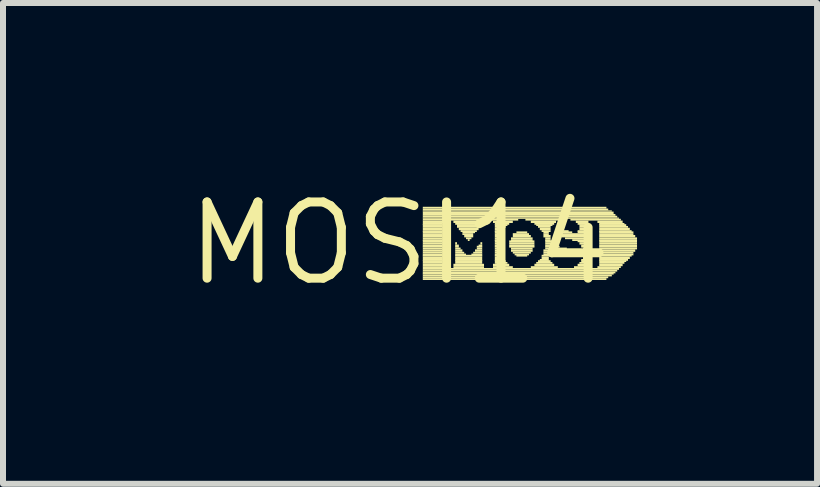
<source format=kicad_pcb>
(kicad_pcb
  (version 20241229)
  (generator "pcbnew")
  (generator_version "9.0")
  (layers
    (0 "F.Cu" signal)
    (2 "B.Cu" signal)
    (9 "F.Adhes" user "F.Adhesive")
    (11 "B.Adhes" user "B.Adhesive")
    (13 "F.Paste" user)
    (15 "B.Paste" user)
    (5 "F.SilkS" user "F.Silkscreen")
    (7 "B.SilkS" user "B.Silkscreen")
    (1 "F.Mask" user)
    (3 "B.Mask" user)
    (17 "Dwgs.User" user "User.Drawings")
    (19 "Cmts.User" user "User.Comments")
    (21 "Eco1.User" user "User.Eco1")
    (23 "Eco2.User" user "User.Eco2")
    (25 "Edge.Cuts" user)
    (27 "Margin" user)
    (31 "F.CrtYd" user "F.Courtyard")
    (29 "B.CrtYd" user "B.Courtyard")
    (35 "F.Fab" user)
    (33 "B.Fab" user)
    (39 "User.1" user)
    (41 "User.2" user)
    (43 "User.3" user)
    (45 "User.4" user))
  (footprint "MOSI14"
    (layer "F.Cu")
    (at 3.606 1.006)
    (property "Reference" "MOSI14" (at 0 0 0) (layer "F.SilkS") (effects (font (size 1.27 1.27) (thickness 0.15))))
    (fp_poly (pts (xy 0.39 -0.58) (xy 3.45 -0.58) (xy 3.45 -0.61) (xy 0.39 -0.61)) (stroke (width 0) (type default)) (fill yes) (layer "F.SilkS"))
    (fp_poly (pts (xy 0.39 -0.55) (xy 3.48 -0.55) (xy 3.48 -0.58) (xy 0.39 -0.58)) (stroke (width 0) (type default)) (fill yes) (layer "F.SilkS"))
    (fp_poly (pts (xy 0.39 -0.53) (xy 3.54 -0.53) (xy 3.54 -0.55) (xy 0.39 -0.55)) (stroke (width 0) (type default)) (fill yes) (layer "F.SilkS"))
    (fp_poly (pts (xy 0.39 -0.49) (xy 3.57 -0.49) (xy 3.57 -0.53) (xy 0.39 -0.53)) (stroke (width 0) (type default)) (fill yes) (layer "F.SilkS"))
    (fp_poly (pts (xy 0.39 -0.46) (xy 3.6 -0.46) (xy 3.6 -0.49) (xy 0.39 -0.49)) (stroke (width 0) (type default)) (fill yes) (layer "F.SilkS"))
    (fp_poly (pts (xy 0.39 -0.43) (xy 3.63 -0.43) (xy 3.63 -0.46) (xy 0.39 -0.46)) (stroke (width 0) (type default)) (fill yes) (layer "F.SilkS"))
    (fp_poly (pts (xy 0.39 -0.41) (xy 3.66 -0.41) (xy 3.66 -0.43) (xy 0.39 -0.43)) (stroke (width 0) (type default)) (fill yes) (layer "F.SilkS"))
    (fp_poly (pts (xy 0.39 -0.38) (xy 1.98 -0.38) (xy 1.98 -0.41) (xy 0.39 -0.41)) (stroke (width 0) (type default)) (fill yes) (layer "F.SilkS"))
    (fp_poly (pts (xy 0.39 -0.34) (xy 0.75 -0.34) (xy 0.75 -0.38) (xy 0.39 -0.38)) (stroke (width 0) (type default)) (fill yes) (layer "F.SilkS"))
    (fp_poly (pts (xy 0.39 -0.31) (xy 0.72 -0.31) (xy 0.72 -0.34) (xy 0.39 -0.34)) (stroke (width 0) (type default)) (fill yes) (layer "F.SilkS"))
    (fp_poly (pts (xy 0.39 -0.29) (xy 0.72 -0.29) (xy 0.72 -0.32) (xy 0.39 -0.32)) (stroke (width 0) (type default)) (fill yes) (layer "F.SilkS"))
    (fp_poly (pts (xy 0.39 -0.26) (xy 0.72 -0.26) (xy 0.72 -0.29) (xy 0.39 -0.29)) (stroke (width 0) (type default)) (fill yes) (layer "F.SilkS"))
    (fp_poly (pts (xy 0.39 -0.22) (xy 0.72 -0.22) (xy 0.72 -0.26) (xy 0.39 -0.26)) (stroke (width 0) (type default)) (fill yes) (layer "F.SilkS"))
    (fp_poly (pts (xy 0.39 -0.19) (xy 0.72 -0.19) (xy 0.72 -0.22) (xy 0.39 -0.22)) (stroke (width 0) (type default)) (fill yes) (layer "F.SilkS"))
    (fp_poly (pts (xy 0.39 -0.17) (xy 0.72 -0.17) (xy 0.72 -0.2) (xy 0.39 -0.2)) (stroke (width 0) (type default)) (fill yes) (layer "F.SilkS"))
    (fp_poly (pts (xy 0.39 -0.14) (xy 0.72 -0.14) (xy 0.72 -0.17) (xy 0.39 -0.17)) (stroke (width 0) (type default)) (fill yes) (layer "F.SilkS"))
    (fp_poly (pts (xy 0.39 -0.1) (xy 0.72 -0.1) (xy 0.72 -0.14) (xy 0.39 -0.14)) (stroke (width 0) (type default)) (fill yes) (layer "F.SilkS"))
    (fp_poly (pts (xy 0.39 -0.07) (xy 0.72 -0.07) (xy 0.72 -0.1) (xy 0.39 -0.1)) (stroke (width 0) (type default)) (fill yes) (layer "F.SilkS"))
    (fp_poly (pts (xy 0.39 -0.04) (xy 0.72 -0.04) (xy 0.72 -0.07) (xy 0.39 -0.07)) (stroke (width 0) (type default)) (fill yes) (layer "F.SilkS"))
    (fp_poly (pts (xy 0.39 -0.02) (xy 0.72 -0.02) (xy 0.72 -0.05) (xy 0.39 -0.05)) (stroke (width 0) (type default)) (fill yes) (layer "F.SilkS"))
    (fp_poly (pts (xy 0.39 0.02) (xy 0.72 0.02) (xy 0.72 -0.02) (xy 0.39 -0.02)) (stroke (width 0) (type default)) (fill yes) (layer "F.SilkS"))
    (fp_poly (pts (xy 0.39 0.05) (xy 0.72 0.05) (xy 0.72 0.02) (xy 0.39 0.02)) (stroke (width 0) (type default)) (fill yes) (layer "F.SilkS"))
    (fp_poly (pts (xy 0.39 0.07) (xy 0.72 0.07) (xy 0.72 0.04) (xy 0.39 0.04)) (stroke (width 0) (type default)) (fill yes) (layer "F.SilkS"))
    (fp_poly (pts (xy 0.39 0.1) (xy 0.72 0.1) (xy 0.72 0.07) (xy 0.39 0.07)) (stroke (width 0) (type default)) (fill yes) (layer "F.SilkS"))
    (fp_poly (pts (xy 0.39 0.14) (xy 0.72 0.14) (xy 0.72 0.1) (xy 0.39 0.1)) (stroke (width 0) (type default)) (fill yes) (layer "F.SilkS"))
    (fp_poly (pts (xy 0.39 0.17) (xy 0.72 0.17) (xy 0.72 0.14) (xy 0.39 0.14)) (stroke (width 0) (type default)) (fill yes) (layer "F.SilkS"))
    (fp_poly (pts (xy 0.39 0.2) (xy 0.72 0.2) (xy 0.72 0.17) (xy 0.39 0.17)) (stroke (width 0) (type default)) (fill yes) (layer "F.SilkS"))
    (fp_poly (pts (xy 0.39 0.22) (xy 0.72 0.22) (xy 0.72 0.19) (xy 0.39 0.19)) (stroke (width 0) (type default)) (fill yes) (layer "F.SilkS"))
    (fp_poly (pts (xy 0.39 0.26) (xy 0.72 0.26) (xy 0.72 0.22) (xy 0.39 0.22)) (stroke (width 0) (type default)) (fill yes) (layer "F.SilkS"))
    (fp_poly (pts (xy 0.39 0.29) (xy 0.72 0.29) (xy 0.72 0.26) (xy 0.39 0.26)) (stroke (width 0) (type default)) (fill yes) (layer "F.SilkS"))
    (fp_poly (pts (xy 0.39 0.31) (xy 0.72 0.31) (xy 0.72 0.28) (xy 0.39 0.28)) (stroke (width 0) (type default)) (fill yes) (layer "F.SilkS"))
    (fp_poly (pts (xy 0.39 0.34) (xy 0.72 0.34) (xy 0.72 0.31) (xy 0.39 0.31)) (stroke (width 0) (type default)) (fill yes) (layer "F.SilkS"))
    (fp_poly (pts (xy 0.39 0.38) (xy 0.75 0.38) (xy 0.75 0.34) (xy 0.39 0.34)) (stroke (width 0) (type default)) (fill yes) (layer "F.SilkS"))
    (fp_poly (pts (xy 0.39 0.41) (xy 0.75 0.41) (xy 0.75 0.38) (xy 0.39 0.38)) (stroke (width 0) (type default)) (fill yes) (layer "F.SilkS"))
    (fp_poly (pts (xy 0.39 0.44) (xy 3.66 0.44) (xy 3.66 0.41) (xy 0.39 0.41)) (stroke (width 0) (type default)) (fill yes) (layer "F.SilkS"))
    (fp_poly (pts (xy 0.39 0.47) (xy 3.63 0.47) (xy 3.63 0.44) (xy 0.39 0.44)) (stroke (width 0) (type default)) (fill yes) (layer "F.SilkS"))
    (fp_poly (pts (xy 0.39 0.5) (xy 3.6 0.5) (xy 3.6 0.47) (xy 0.39 0.47)) (stroke (width 0) (type default)) (fill yes) (layer "F.SilkS"))
    (fp_poly (pts (xy 0.39 0.52) (xy 3.57 0.52) (xy 3.57 0.49) (xy 0.39 0.49)) (stroke (width 0) (type default)) (fill yes) (layer "F.SilkS"))
    (fp_poly (pts (xy 0.39 0.55) (xy 3.54 0.55) (xy 3.54 0.52) (xy 0.39 0.52)) (stroke (width 0) (type default)) (fill yes) (layer "F.SilkS"))
    (fp_poly (pts (xy 0.39 0.58) (xy 3.48 0.58) (xy 3.48 0.55) (xy 0.39 0.55)) (stroke (width 0) (type default)) (fill yes) (layer "F.SilkS"))
    (fp_poly (pts (xy 0.39 0.61) (xy 3.45 0.61) (xy 3.45 0.58) (xy 0.39 0.58)) (stroke (width 0) (type default)) (fill yes) (layer "F.SilkS"))
    (fp_poly (pts (xy 0.9 -0.34) (xy 1.41 -0.34) (xy 1.41 -0.38) (xy 0.9 -0.38)) (stroke (width 0) (type default)) (fill yes) (layer "F.SilkS"))
    (fp_poly (pts (xy 0.9 0.38) (xy 1.41 0.38) (xy 1.41 0.34) (xy 0.9 0.34)) (stroke (width 0) (type default)) (fill yes) (layer "F.SilkS"))
    (fp_poly (pts (xy 0.9 0.41) (xy 1.41 0.41) (xy 1.41 0.38) (xy 0.9 0.38)) (stroke (width 0) (type default)) (fill yes) (layer "F.SilkS"))
    (fp_poly (pts (xy 0.93 -0.31) (xy 1.38 -0.31) (xy 1.38 -0.34) (xy 0.93 -0.34)) (stroke (width 0) (type default)) (fill yes) (layer "F.SilkS"))
    (fp_poly (pts (xy 0.93 0.02) (xy 0.96 0.02) (xy 0.96 -0.02) (xy 0.93 -0.02)) (stroke (width 0) (type default)) (fill yes) (layer "F.SilkS"))
    (fp_poly (pts (xy 0.93 0.05) (xy 0.99 0.05) (xy 0.99 0.02) (xy 0.93 0.02)) (stroke (width 0) (type default)) (fill yes) (layer "F.SilkS"))
    (fp_poly (pts (xy 0.93 0.07) (xy 0.99 0.07) (xy 0.99 0.04) (xy 0.93 0.04)) (stroke (width 0) (type default)) (fill yes) (layer "F.SilkS"))
    (fp_poly (pts (xy 0.93 0.1) (xy 1.02 0.1) (xy 1.02 0.07) (xy 0.93 0.07)) (stroke (width 0) (type default)) (fill yes) (layer "F.SilkS"))
    (fp_poly (pts (xy 0.93 0.14) (xy 1.05 0.14) (xy 1.05 0.1) (xy 0.93 0.1)) (stroke (width 0) (type default)) (fill yes) (layer "F.SilkS"))
    (fp_poly (pts (xy 0.93 0.17) (xy 1.08 0.17) (xy 1.08 0.14) (xy 0.93 0.14)) (stroke (width 0) (type default)) (fill yes) (layer "F.SilkS"))
    (fp_poly (pts (xy 0.93 0.2) (xy 1.11 0.2) (xy 1.11 0.17) (xy 0.93 0.17)) (stroke (width 0) (type default)) (fill yes) (layer "F.SilkS"))
    (fp_poly (pts (xy 0.93 0.22) (xy 1.38 0.22) (xy 1.38 0.19) (xy 0.93 0.19)) (stroke (width 0) (type default)) (fill yes) (layer "F.SilkS"))
    (fp_poly (pts (xy 0.93 0.26) (xy 1.38 0.26) (xy 1.38 0.22) (xy 0.93 0.22)) (stroke (width 0) (type default)) (fill yes) (layer "F.SilkS"))
    (fp_poly (pts (xy 0.93 0.29) (xy 1.38 0.29) (xy 1.38 0.26) (xy 0.93 0.26)) (stroke (width 0) (type default)) (fill yes) (layer "F.SilkS"))
    (fp_poly (pts (xy 0.93 0.31) (xy 1.38 0.31) (xy 1.38 0.28) (xy 0.93 0.28)) (stroke (width 0) (type default)) (fill yes) (layer "F.SilkS"))
    (fp_poly (pts (xy 0.93 0.34) (xy 1.38 0.34) (xy 1.38 0.31) (xy 0.93 0.31)) (stroke (width 0) (type default)) (fill yes) (layer "F.SilkS"))
    (fp_poly (pts (xy 0.96 -0.29) (xy 1.35 -0.29) (xy 1.35 -0.32) (xy 0.96 -0.32)) (stroke (width 0) (type default)) (fill yes) (layer "F.SilkS"))
    (fp_poly (pts (xy 0.96 -0.26) (xy 1.32 -0.26) (xy 1.32 -0.29) (xy 0.96 -0.29)) (stroke (width 0) (type default)) (fill yes) (layer "F.SilkS"))
    (fp_poly (pts (xy 0.99 -0.22) (xy 1.32 -0.22) (xy 1.32 -0.26) (xy 0.99 -0.26)) (stroke (width 0) (type default)) (fill yes) (layer "F.SilkS"))
    (fp_poly (pts (xy 1.02 -0.19) (xy 1.29 -0.19) (xy 1.29 -0.22) (xy 1.02 -0.22)) (stroke (width 0) (type default)) (fill yes) (layer "F.SilkS"))
    (fp_poly (pts (xy 1.05 -0.17) (xy 1.26 -0.17) (xy 1.26 -0.2) (xy 1.05 -0.2)) (stroke (width 0) (type default)) (fill yes) (layer "F.SilkS"))
    (fp_poly (pts (xy 1.05 -0.14) (xy 1.23 -0.14) (xy 1.23 -0.17) (xy 1.05 -0.17)) (stroke (width 0) (type default)) (fill yes) (layer "F.SilkS"))
    (fp_poly (pts (xy 1.08 -0.1) (xy 1.23 -0.1) (xy 1.23 -0.14) (xy 1.08 -0.14)) (stroke (width 0) (type default)) (fill yes) (layer "F.SilkS"))
    (fp_poly (pts (xy 1.11 -0.07) (xy 1.2 -0.07) (xy 1.2 -0.1) (xy 1.11 -0.1)) (stroke (width 0) (type default)) (fill yes) (layer "F.SilkS"))
    (fp_poly (pts (xy 1.14 -0.04) (xy 1.17 -0.04) (xy 1.17 -0.07) (xy 1.14 -0.07)) (stroke (width 0) (type default)) (fill yes) (layer "F.SilkS"))
    (fp_poly (pts (xy 1.2 0.2) (xy 1.38 0.2) (xy 1.38 0.17) (xy 1.2 0.17)) (stroke (width 0) (type default)) (fill yes) (layer "F.SilkS"))
    (fp_poly (pts (xy 1.23 0.17) (xy 1.38 0.17) (xy 1.38 0.14) (xy 1.23 0.14)) (stroke (width 0) (type default)) (fill yes) (layer "F.SilkS"))
    (fp_poly (pts (xy 1.26 0.14) (xy 1.38 0.14) (xy 1.38 0.1) (xy 1.26 0.1)) (stroke (width 0) (type default)) (fill yes) (layer "F.SilkS"))
    (fp_poly (pts (xy 1.29 0.07) (xy 1.38 0.07) (xy 1.38 0.04) (xy 1.29 0.04)) (stroke (width 0) (type default)) (fill yes) (layer "F.SilkS"))
    (fp_poly (pts (xy 1.29 0.1) (xy 1.38 0.1) (xy 1.38 0.07) (xy 1.29 0.07)) (stroke (width 0) (type default)) (fill yes) (layer "F.SilkS"))
    (fp_poly (pts (xy 1.32 0.05) (xy 1.38 0.05) (xy 1.38 0.02) (xy 1.32 0.02)) (stroke (width 0) (type default)) (fill yes) (layer "F.SilkS"))
    (fp_poly (pts (xy 1.35 0.02) (xy 1.38 0.02) (xy 1.38 -0.02) (xy 1.35 -0.02)) (stroke (width 0) (type default)) (fill yes) (layer "F.SilkS"))
    (fp_poly (pts (xy 1.56 -0.34) (xy 1.89 -0.34) (xy 1.89 -0.38) (xy 1.56 -0.38)) (stroke (width 0) (type default)) (fill yes) (layer "F.SilkS"))
    (fp_poly (pts (xy 1.56 0.38) (xy 1.83 0.38) (xy 1.83 0.34) (xy 1.56 0.34)) (stroke (width 0) (type default)) (fill yes) (layer "F.SilkS"))
    (fp_poly (pts (xy 1.56 0.41) (xy 1.89 0.41) (xy 1.89 0.38) (xy 1.56 0.38)) (stroke (width 0) (type default)) (fill yes) (layer "F.SilkS"))
    (fp_poly (pts (xy 1.59 -0.31) (xy 1.83 -0.31) (xy 1.83 -0.34) (xy 1.59 -0.34)) (stroke (width 0) (type default)) (fill yes) (layer "F.SilkS"))
    (fp_poly (pts (xy 1.59 -0.29) (xy 1.8 -0.29) (xy 1.8 -0.32) (xy 1.59 -0.32)) (stroke (width 0) (type default)) (fill yes) (layer "F.SilkS"))
    (fp_poly (pts (xy 1.59 -0.26) (xy 1.77 -0.26) (xy 1.77 -0.29) (xy 1.59 -0.29)) (stroke (width 0) (type default)) (fill yes) (layer "F.SilkS"))
    (fp_poly (pts (xy 1.59 -0.22) (xy 1.74 -0.22) (xy 1.74 -0.26) (xy 1.59 -0.26)) (stroke (width 0) (type default)) (fill yes) (layer "F.SilkS"))
    (fp_poly (pts (xy 1.59 -0.19) (xy 1.71 -0.19) (xy 1.71 -0.22) (xy 1.59 -0.22)) (stroke (width 0) (type default)) (fill yes) (layer "F.SilkS"))
    (fp_poly (pts (xy 1.59 -0.17) (xy 1.68 -0.17) (xy 1.68 -0.2) (xy 1.59 -0.2)) (stroke (width 0) (type default)) (fill yes) (layer "F.SilkS"))
    (fp_poly (pts (xy 1.59 -0.14) (xy 1.68 -0.14) (xy 1.68 -0.17) (xy 1.59 -0.17)) (stroke (width 0) (type default)) (fill yes) (layer "F.SilkS"))
    (fp_poly (pts (xy 1.59 -0.1) (xy 1.68 -0.1) (xy 1.68 -0.14) (xy 1.59 -0.14)) (stroke (width 0) (type default)) (fill yes) (layer "F.SilkS"))
    (fp_poly (pts (xy 1.59 -0.07) (xy 1.65 -0.07) (xy 1.65 -0.1) (xy 1.59 -0.1)) (stroke (width 0) (type default)) (fill yes) (layer "F.SilkS"))
    (fp_poly (pts (xy 1.59 -0.04) (xy 1.65 -0.04) (xy 1.65 -0.07) (xy 1.59 -0.07)) (stroke (width 0) (type default)) (fill yes) (layer "F.SilkS"))
    (fp_poly (pts (xy 1.59 -0.02) (xy 1.65 -0.02) (xy 1.65 -0.05) (xy 1.59 -0.05)) (stroke (width 0) (type default)) (fill yes) (layer "F.SilkS"))
    (fp_poly (pts (xy 1.59 0.02) (xy 1.65 0.02) (xy 1.65 -0.02) (xy 1.59 -0.02)) (stroke (width 0) (type default)) (fill yes) (layer "F.SilkS"))
    (fp_poly (pts (xy 1.59 0.05) (xy 1.65 0.05) (xy 1.65 0.02) (xy 1.59 0.02)) (stroke (width 0) (type default)) (fill yes) (layer "F.SilkS"))
    (fp_poly (pts (xy 1.59 0.07) (xy 1.65 0.07) (xy 1.65 0.04) (xy 1.59 0.04)) (stroke (width 0) (type default)) (fill yes) (layer "F.SilkS"))
    (fp_poly (pts (xy 1.59 0.1) (xy 1.65 0.1) (xy 1.65 0.07) (xy 1.59 0.07)) (stroke (width 0) (type default)) (fill yes) (layer "F.SilkS"))
    (fp_poly (pts (xy 1.59 0.14) (xy 1.65 0.14) (xy 1.65 0.1) (xy 1.59 0.1)) (stroke (width 0) (type default)) (fill yes) (layer "F.SilkS"))
    (fp_poly (pts (xy 1.59 0.17) (xy 1.68 0.17) (xy 1.68 0.14) (xy 1.59 0.14)) (stroke (width 0) (type default)) (fill yes) (layer "F.SilkS"))
    (fp_poly (pts (xy 1.59 0.2) (xy 1.68 0.2) (xy 1.68 0.17) (xy 1.59 0.17)) (stroke (width 0) (type default)) (fill yes) (layer "F.SilkS"))
    (fp_poly (pts (xy 1.59 0.22) (xy 1.71 0.22) (xy 1.71 0.19) (xy 1.59 0.19)) (stroke (width 0) (type default)) (fill yes) (layer "F.SilkS"))
    (fp_poly (pts (xy 1.59 0.26) (xy 1.71 0.26) (xy 1.71 0.22) (xy 1.59 0.22)) (stroke (width 0) (type default)) (fill yes) (layer "F.SilkS"))
    (fp_poly (pts (xy 1.59 0.29) (xy 1.74 0.29) (xy 1.74 0.26) (xy 1.59 0.26)) (stroke (width 0) (type default)) (fill yes) (layer "F.SilkS"))
    (fp_poly (pts (xy 1.59 0.31) (xy 1.77 0.31) (xy 1.77 0.28) (xy 1.59 0.28)) (stroke (width 0) (type default)) (fill yes) (layer "F.SilkS"))
    (fp_poly (pts (xy 1.59 0.34) (xy 1.8 0.34) (xy 1.8 0.31) (xy 1.59 0.31)) (stroke (width 0) (type default)) (fill yes) (layer "F.SilkS"))
    (fp_poly (pts (xy 1.83 -0.02) (xy 2.25 -0.02) (xy 2.25 -0.05) (xy 1.83 -0.05)) (stroke (width 0) (type default)) (fill yes) (layer "F.SilkS"))
    (fp_poly (pts (xy 1.83 0.02) (xy 2.25 0.02) (xy 2.25 -0.02) (xy 1.83 -0.02)) (stroke (width 0) (type default)) (fill yes) (layer "F.SilkS"))
    (fp_poly (pts (xy 1.83 0.05) (xy 2.25 0.05) (xy 2.25 0.02) (xy 1.83 0.02)) (stroke (width 0) (type default)) (fill yes) (layer "F.SilkS"))
    (fp_poly (pts (xy 1.83 0.07) (xy 2.25 0.07) (xy 2.25 0.04) (xy 1.83 0.04)) (stroke (width 0) (type default)) (fill yes) (layer "F.SilkS"))
    (fp_poly (pts (xy 1.86 -0.07) (xy 2.22 -0.07) (xy 2.22 -0.1) (xy 1.86 -0.1)) (stroke (width 0) (type default)) (fill yes) (layer "F.SilkS"))
    (fp_poly (pts (xy 1.86 -0.04) (xy 2.22 -0.04) (xy 2.22 -0.07) (xy 1.86 -0.07)) (stroke (width 0) (type default)) (fill yes) (layer "F.SilkS"))
    (fp_poly (pts (xy 1.86 0.1) (xy 2.22 0.1) (xy 2.22 0.07) (xy 1.86 0.07)) (stroke (width 0) (type default)) (fill yes) (layer "F.SilkS"))
    (fp_poly (pts (xy 1.86 0.14) (xy 2.22 0.14) (xy 2.22 0.1) (xy 1.86 0.1)) (stroke (width 0) (type default)) (fill yes) (layer "F.SilkS"))
    (fp_poly (pts (xy 1.89 -0.14) (xy 2.16 -0.14) (xy 2.16 -0.17) (xy 1.89 -0.17)) (stroke (width 0) (type default)) (fill yes) (layer "F.SilkS"))
    (fp_poly (pts (xy 1.89 -0.1) (xy 2.19 -0.1) (xy 2.19 -0.14) (xy 1.89 -0.14)) (stroke (width 0) (type default)) (fill yes) (layer "F.SilkS"))
    (fp_poly (pts (xy 1.89 0.17) (xy 2.19 0.17) (xy 2.19 0.14) (xy 1.89 0.14)) (stroke (width 0) (type default)) (fill yes) (layer "F.SilkS"))
    (fp_poly (pts (xy 1.92 0.2) (xy 2.16 0.2) (xy 2.16 0.17) (xy 1.92 0.17)) (stroke (width 0) (type default)) (fill yes) (layer "F.SilkS"))
    (fp_poly (pts (xy 1.95 -0.17) (xy 2.13 -0.17) (xy 2.13 -0.2) (xy 1.95 -0.2)) (stroke (width 0) (type default)) (fill yes) (layer "F.SilkS"))
    (fp_poly (pts (xy 1.95 0.22) (xy 2.13 0.22) (xy 2.13 0.19) (xy 1.95 0.19)) (stroke (width 0) (type default)) (fill yes) (layer "F.SilkS"))
    (fp_poly (pts (xy 2.1 -0.38) (xy 2.7 -0.38) (xy 2.7 -0.41) (xy 2.1 -0.41)) (stroke (width 0) (type default)) (fill yes) (layer "F.SilkS"))
    (fp_poly (pts (xy 2.19 -0.34) (xy 2.61 -0.34) (xy 2.61 -0.38) (xy 2.19 -0.38)) (stroke (width 0) (type default)) (fill yes) (layer "F.SilkS"))
    (fp_poly (pts (xy 2.19 0.41) (xy 2.64 0.41) (xy 2.64 0.38) (xy 2.19 0.38)) (stroke (width 0) (type default)) (fill yes) (layer "F.SilkS"))
    (fp_poly (pts (xy 2.25 -0.31) (xy 2.58 -0.31) (xy 2.58 -0.34) (xy 2.25 -0.34)) (stroke (width 0) (type default)) (fill yes) (layer "F.SilkS"))
    (fp_poly (pts (xy 2.25 0.38) (xy 2.58 0.38) (xy 2.58 0.34) (xy 2.25 0.34)) (stroke (width 0) (type default)) (fill yes) (layer "F.SilkS"))
    (fp_poly (pts (xy 2.28 -0.29) (xy 2.55 -0.29) (xy 2.55 -0.32) (xy 2.28 -0.32)) (stroke (width 0) (type default)) (fill yes) (layer "F.SilkS"))
    (fp_poly (pts (xy 2.28 0.34) (xy 2.55 0.34) (xy 2.55 0.31) (xy 2.28 0.31)) (stroke (width 0) (type default)) (fill yes) (layer "F.SilkS"))
    (fp_poly (pts (xy 2.31 -0.26) (xy 2.52 -0.26) (xy 2.52 -0.29) (xy 2.31 -0.29)) (stroke (width 0) (type default)) (fill yes) (layer "F.SilkS"))
    (fp_poly (pts (xy 2.31 0.31) (xy 2.52 0.31) (xy 2.52 0.28) (xy 2.31 0.28)) (stroke (width 0) (type default)) (fill yes) (layer "F.SilkS"))
    (fp_poly (pts (xy 2.34 -0.22) (xy 2.52 -0.22) (xy 2.52 -0.26) (xy 2.34 -0.26)) (stroke (width 0) (type default)) (fill yes) (layer "F.SilkS"))
    (fp_poly (pts (xy 2.34 0.29) (xy 2.49 0.29) (xy 2.49 0.26) (xy 2.34 0.26)) (stroke (width 0) (type default)) (fill yes) (layer "F.SilkS"))
    (fp_poly (pts (xy 2.37 -0.19) (xy 2.52 -0.19) (xy 2.52 -0.22) (xy 2.37 -0.22)) (stroke (width 0) (type default)) (fill yes) (layer "F.SilkS"))
    (fp_poly (pts (xy 2.37 0.22) (xy 2.49 0.22) (xy 2.49 0.19) (xy 2.37 0.19)) (stroke (width 0) (type default)) (fill yes) (layer "F.SilkS"))
    (fp_poly (pts (xy 2.37 0.26) (xy 2.49 0.26) (xy 2.49 0.22) (xy 2.37 0.22)) (stroke (width 0) (type default)) (fill yes) (layer "F.SilkS"))
    (fp_poly (pts (xy 2.4 -0.17) (xy 2.49 -0.17) (xy 2.49 -0.2) (xy 2.4 -0.2)) (stroke (width 0) (type default)) (fill yes) (layer "F.SilkS"))
    (fp_poly (pts (xy 2.4 -0.14) (xy 2.49 -0.14) (xy 2.49 -0.17) (xy 2.4 -0.17)) (stroke (width 0) (type default)) (fill yes) (layer "F.SilkS"))
    (fp_poly (pts (xy 2.4 -0.1) (xy 2.52 -0.1) (xy 2.52 -0.14) (xy 2.4 -0.14)) (stroke (width 0) (type default)) (fill yes) (layer "F.SilkS"))
    (fp_poly (pts (xy 2.4 0.14) (xy 2.85 0.14) (xy 2.85 0.1) (xy 2.4 0.1)) (stroke (width 0) (type default)) (fill yes) (layer "F.SilkS"))
    (fp_poly (pts (xy 2.4 0.17) (xy 2.55 0.17) (xy 2.55 0.14) (xy 2.4 0.14)) (stroke (width 0) (type default)) (fill yes) (layer "F.SilkS"))
    (fp_poly (pts (xy 2.4 0.2) (xy 2.52 0.2) (xy 2.52 0.17) (xy 2.4 0.17)) (stroke (width 0) (type default)) (fill yes) (layer "F.SilkS"))
    (fp_poly (pts (xy 2.43 -0.07) (xy 2.52 -0.07) (xy 2.52 -0.1) (xy 2.43 -0.1)) (stroke (width 0) (type default)) (fill yes) (layer "F.SilkS"))
    (fp_poly (pts (xy 2.43 -0.04) (xy 2.52 -0.04) (xy 2.52 -0.07) (xy 2.43 -0.07)) (stroke (width 0) (type default)) (fill yes) (layer "F.SilkS"))
    (fp_poly (pts (xy 2.43 -0.02) (xy 2.55 -0.02) (xy 2.55 -0.05) (xy 2.43 -0.05)) (stroke (width 0) (type default)) (fill yes) (layer "F.SilkS"))
    (fp_poly (pts (xy 2.43 0.02) (xy 2.55 0.02) (xy 2.55 -0.02) (xy 2.43 -0.02)) (stroke (width 0) (type default)) (fill yes) (layer "F.SilkS"))
    (fp_poly (pts (xy 2.43 0.05) (xy 2.61 0.05) (xy 2.61 0.02) (xy 2.43 0.02)) (stroke (width 0) (type default)) (fill yes) (layer "F.SilkS"))
    (fp_poly (pts (xy 2.43 0.07) (xy 2.67 0.07) (xy 2.67 0.04) (xy 2.43 0.04)) (stroke (width 0) (type default)) (fill yes) (layer "F.SilkS"))
    (fp_poly (pts (xy 2.43 0.1) (xy 2.79 0.1) (xy 2.79 0.07) (xy 2.43 0.07)) (stroke (width 0) (type default)) (fill yes) (layer "F.SilkS"))
    (fp_poly (pts (xy 2.64 0.17) (xy 2.88 0.17) (xy 2.88 0.14) (xy 2.64 0.14)) (stroke (width 0) (type default)) (fill yes) (layer "F.SilkS"))
    (fp_poly (pts (xy 2.67 0.2) (xy 2.88 0.2) (xy 2.88 0.17) (xy 2.67 0.17)) (stroke (width 0) (type default)) (fill yes) (layer "F.SilkS"))
    (fp_poly (pts (xy 2.7 -0.17) (xy 2.88 -0.17) (xy 2.88 -0.2) (xy 2.7 -0.2)) (stroke (width 0) (type default)) (fill yes) (layer "F.SilkS"))
    (fp_poly (pts (xy 2.7 -0.14) (xy 3.15 -0.14) (xy 3.15 -0.17) (xy 2.7 -0.17)) (stroke (width 0) (type default)) (fill yes) (layer "F.SilkS"))
    (fp_poly (pts (xy 2.7 -0.1) (xy 3.15 -0.1) (xy 3.15 -0.14) (xy 2.7 -0.14)) (stroke (width 0) (type default)) (fill yes) (layer "F.SilkS"))
    (fp_poly (pts (xy 2.7 0.22) (xy 2.85 0.22) (xy 2.85 0.19) (xy 2.7 0.19)) (stroke (width 0) (type default)) (fill yes) (layer "F.SilkS"))
    (fp_poly (pts (xy 2.73 -0.19) (xy 2.82 -0.19) (xy 2.82 -0.22) (xy 2.73 -0.22)) (stroke (width 0) (type default)) (fill yes) (layer "F.SilkS"))
    (fp_poly (pts (xy 2.76 -0.07) (xy 3.15 -0.07) (xy 3.15 -0.1) (xy 2.76 -0.1)) (stroke (width 0) (type default)) (fill yes) (layer "F.SilkS"))
    (fp_poly (pts (xy 2.85 -0.38) (xy 3.69 -0.38) (xy 3.69 -0.41) (xy 2.85 -0.41)) (stroke (width 0) (type default)) (fill yes) (layer "F.SilkS"))
    (fp_poly (pts (xy 2.88 -0.04) (xy 3.15 -0.04) (xy 3.15 -0.07) (xy 2.88 -0.07)) (stroke (width 0) (type default)) (fill yes) (layer "F.SilkS"))
    (fp_poly (pts (xy 2.91 0.41) (xy 3.15 0.41) (xy 3.15 0.38) (xy 2.91 0.38)) (stroke (width 0) (type default)) (fill yes) (layer "F.SilkS"))
    (fp_poly (pts (xy 2.94 -0.34) (xy 3.15 -0.34) (xy 3.15 -0.38) (xy 2.94 -0.38)) (stroke (width 0) (type default)) (fill yes) (layer "F.SilkS"))
    (fp_poly (pts (xy 2.97 -0.31) (xy 3.15 -0.31) (xy 3.15 -0.34) (xy 2.97 -0.34)) (stroke (width 0) (type default)) (fill yes) (layer "F.SilkS"))
    (fp_poly (pts (xy 2.97 -0.19) (xy 3.15 -0.19) (xy 3.15 -0.22) (xy 2.97 -0.22)) (stroke (width 0) (type default)) (fill yes) (layer "F.SilkS"))
    (fp_poly (pts (xy 2.97 -0.17) (xy 3.15 -0.17) (xy 3.15 -0.2) (xy 2.97 -0.2)) (stroke (width 0) (type default)) (fill yes) (layer "F.SilkS"))
    (fp_poly (pts (xy 2.97 -0.02) (xy 3.15 -0.02) (xy 3.15 -0.05) (xy 2.97 -0.05)) (stroke (width 0) (type default)) (fill yes) (layer "F.SilkS"))
    (fp_poly (pts (xy 2.97 0.38) (xy 3.15 0.38) (xy 3.15 0.34) (xy 2.97 0.34)) (stroke (width 0) (type default)) (fill yes) (layer "F.SilkS"))
    (fp_poly (pts (xy 3 -0.29) (xy 3.15 -0.29) (xy 3.15 -0.32) (xy 3 -0.32)) (stroke (width 0) (type default)) (fill yes) (layer "F.SilkS"))
    (fp_poly (pts (xy 3 -0.26) (xy 3.15 -0.26) (xy 3.15 -0.29) (xy 3 -0.29)) (stroke (width 0) (type default)) (fill yes) (layer "F.SilkS"))
    (fp_poly (pts (xy 3 -0.22) (xy 3.15 -0.22) (xy 3.15 -0.26) (xy 3 -0.26)) (stroke (width 0) (type default)) (fill yes) (layer "F.SilkS"))
    (fp_poly (pts (xy 3 0.02) (xy 3.15 0.02) (xy 3.15 -0.02) (xy 3 -0.02)) (stroke (width 0) (type default)) (fill yes) (layer "F.SilkS"))
    (fp_poly (pts (xy 3 0.34) (xy 3.15 0.34) (xy 3.15 0.31) (xy 3 0.31)) (stroke (width 0) (type default)) (fill yes) (layer "F.SilkS"))
    (fp_poly (pts (xy 3.03 0.05) (xy 3.15 0.05) (xy 3.15 0.02) (xy 3.03 0.02)) (stroke (width 0) (type default)) (fill yes) (layer "F.SilkS"))
    (fp_poly (pts (xy 3.03 0.07) (xy 3.15 0.07) (xy 3.15 0.04) (xy 3.03 0.04)) (stroke (width 0) (type default)) (fill yes) (layer "F.SilkS"))
    (fp_poly (pts (xy 3.03 0.29) (xy 3.15 0.29) (xy 3.15 0.26) (xy 3.03 0.26)) (stroke (width 0) (type default)) (fill yes) (layer "F.SilkS"))
    (fp_poly (pts (xy 3.03 0.31) (xy 3.15 0.31) (xy 3.15 0.28) (xy 3.03 0.28)) (stroke (width 0) (type default)) (fill yes) (layer "F.SilkS"))
    (fp_poly (pts (xy 3.06 0.1) (xy 3.15 0.1) (xy 3.15 0.07) (xy 3.06 0.07)) (stroke (width 0) (type default)) (fill yes) (layer "F.SilkS"))
    (fp_poly (pts (xy 3.06 0.14) (xy 3.15 0.14) (xy 3.15 0.1) (xy 3.06 0.1)) (stroke (width 0) (type default)) (fill yes) (layer "F.SilkS"))
    (fp_poly (pts (xy 3.06 0.17) (xy 3.15 0.17) (xy 3.15 0.14) (xy 3.06 0.14)) (stroke (width 0) (type default)) (fill yes) (layer "F.SilkS"))
    (fp_poly (pts (xy 3.06 0.2) (xy 3.15 0.2) (xy 3.15 0.17) (xy 3.06 0.17)) (stroke (width 0) (type default)) (fill yes) (layer "F.SilkS"))
    (fp_poly (pts (xy 3.06 0.22) (xy 3.15 0.22) (xy 3.15 0.19) (xy 3.06 0.19)) (stroke (width 0) (type default)) (fill yes) (layer "F.SilkS"))
    (fp_poly (pts (xy 3.06 0.26) (xy 3.15 0.26) (xy 3.15 0.22) (xy 3.06 0.22)) (stroke (width 0) (type default)) (fill yes) (layer "F.SilkS"))
    (fp_poly (pts (xy 3.3 -0.34) (xy 3.72 -0.34) (xy 3.72 -0.38) (xy 3.3 -0.38)) (stroke (width 0) (type default)) (fill yes) (layer "F.SilkS"))
    (fp_poly (pts (xy 3.3 0.41) (xy 3.69 0.41) (xy 3.69 0.38) (xy 3.3 0.38)) (stroke (width 0) (type default)) (fill yes) (layer "F.SilkS"))
    (fp_poly (pts (xy 3.33 -0.31) (xy 3.75 -0.31) (xy 3.75 -0.34) (xy 3.33 -0.34)) (stroke (width 0) (type default)) (fill yes) (layer "F.SilkS"))
    (fp_poly (pts (xy 3.33 -0.29) (xy 3.78 -0.29) (xy 3.78 -0.32) (xy 3.33 -0.32)) (stroke (width 0) (type default)) (fill yes) (layer "F.SilkS"))
    (fp_poly (pts (xy 3.33 -0.26) (xy 3.81 -0.26) (xy 3.81 -0.29) (xy 3.33 -0.29)) (stroke (width 0) (type default)) (fill yes) (layer "F.SilkS"))
    (fp_poly (pts (xy 3.33 -0.22) (xy 3.84 -0.22) (xy 3.84 -0.26) (xy 3.33 -0.26)) (stroke (width 0) (type default)) (fill yes) (layer "F.SilkS"))
    (fp_poly (pts (xy 3.33 -0.19) (xy 3.87 -0.19) (xy 3.87 -0.22) (xy 3.33 -0.22)) (stroke (width 0) (type default)) (fill yes) (layer "F.SilkS"))
    (fp_poly (pts (xy 3.33 -0.17) (xy 3.9 -0.17) (xy 3.9 -0.2) (xy 3.33 -0.2)) (stroke (width 0) (type default)) (fill yes) (layer "F.SilkS"))
    (fp_poly (pts (xy 3.33 -0.14) (xy 3.9 -0.14) (xy 3.9 -0.17) (xy 3.33 -0.17)) (stroke (width 0) (type default)) (fill yes) (layer "F.SilkS"))
    (fp_poly (pts (xy 3.33 -0.1) (xy 3.93 -0.1) (xy 3.93 -0.14) (xy 3.33 -0.14)) (stroke (width 0) (type default)) (fill yes) (layer "F.SilkS"))
    (fp_poly (pts (xy 3.33 -0.07) (xy 3.96 -0.07) (xy 3.96 -0.1) (xy 3.33 -0.1)) (stroke (width 0) (type default)) (fill yes) (layer "F.SilkS"))
    (fp_poly (pts (xy 3.33 -0.04) (xy 3.96 -0.04) (xy 3.96 -0.07) (xy 3.33 -0.07)) (stroke (width 0) (type default)) (fill yes) (layer "F.SilkS"))
    (fp_poly (pts (xy 3.33 -0.02) (xy 3.96 -0.02) (xy 3.96 -0.05) (xy 3.33 -0.05)) (stroke (width 0) (type default)) (fill yes) (layer "F.SilkS"))
    (fp_poly (pts (xy 3.33 0.02) (xy 3.96 0.02) (xy 3.96 -0.02) (xy 3.33 -0.02)) (stroke (width 0) (type default)) (fill yes) (layer "F.SilkS"))
    (fp_poly (pts (xy 3.33 0.05) (xy 3.96 0.05) (xy 3.96 0.02) (xy 3.33 0.02)) (stroke (width 0) (type default)) (fill yes) (layer "F.SilkS"))
    (fp_poly (pts (xy 3.33 0.07) (xy 3.96 0.07) (xy 3.96 0.04) (xy 3.33 0.04)) (stroke (width 0) (type default)) (fill yes) (layer "F.SilkS"))
    (fp_poly (pts (xy 3.33 0.1) (xy 3.96 0.1) (xy 3.96 0.07) (xy 3.33 0.07)) (stroke (width 0) (type default)) (fill yes) (layer "F.SilkS"))
    (fp_poly (pts (xy 3.33 0.14) (xy 3.93 0.14) (xy 3.93 0.1) (xy 3.33 0.1)) (stroke (width 0) (type default)) (fill yes) (layer "F.SilkS"))
    (fp_poly (pts (xy 3.33 0.17) (xy 3.9 0.17) (xy 3.9 0.14) (xy 3.33 0.14)) (stroke (width 0) (type default)) (fill yes) (layer "F.SilkS"))
    (fp_poly (pts (xy 3.33 0.2) (xy 3.9 0.2) (xy 3.9 0.17) (xy 3.33 0.17)) (stroke (width 0) (type default)) (fill yes) (layer "F.SilkS"))
    (fp_poly (pts (xy 3.33 0.22) (xy 3.87 0.22) (xy 3.87 0.19) (xy 3.33 0.19)) (stroke (width 0) (type default)) (fill yes) (layer "F.SilkS"))
    (fp_poly (pts (xy 3.33 0.26) (xy 3.84 0.26) (xy 3.84 0.22) (xy 3.33 0.22)) (stroke (width 0) (type default)) (fill yes) (layer "F.SilkS"))
    (fp_poly (pts (xy 3.33 0.29) (xy 3.81 0.29) (xy 3.81 0.26) (xy 3.33 0.26)) (stroke (width 0) (type default)) (fill yes) (layer "F.SilkS"))
    (fp_poly (pts (xy 3.33 0.31) (xy 3.78 0.31) (xy 3.78 0.28) (xy 3.33 0.28)) (stroke (width 0) (type default)) (fill yes) (layer "F.SilkS"))
    (fp_poly (pts (xy 3.33 0.34) (xy 3.75 0.34) (xy 3.75 0.31) (xy 3.33 0.31)) (stroke (width 0) (type default)) (fill yes) (layer "F.SilkS"))
    (fp_poly (pts (xy 3.33 0.38) (xy 3.72 0.38) (xy 3.72 0.34) (xy 3.33 0.34)) (stroke (width 0) (type default)) (fill yes) (layer "F.SilkS")))
  (gr_rect
    (start -3 -3)
    (end 10.566 5.012)
    (stroke (width 0.1) (type default))
    (fill no)
    (layer "Edge.Cuts")))
</source>
